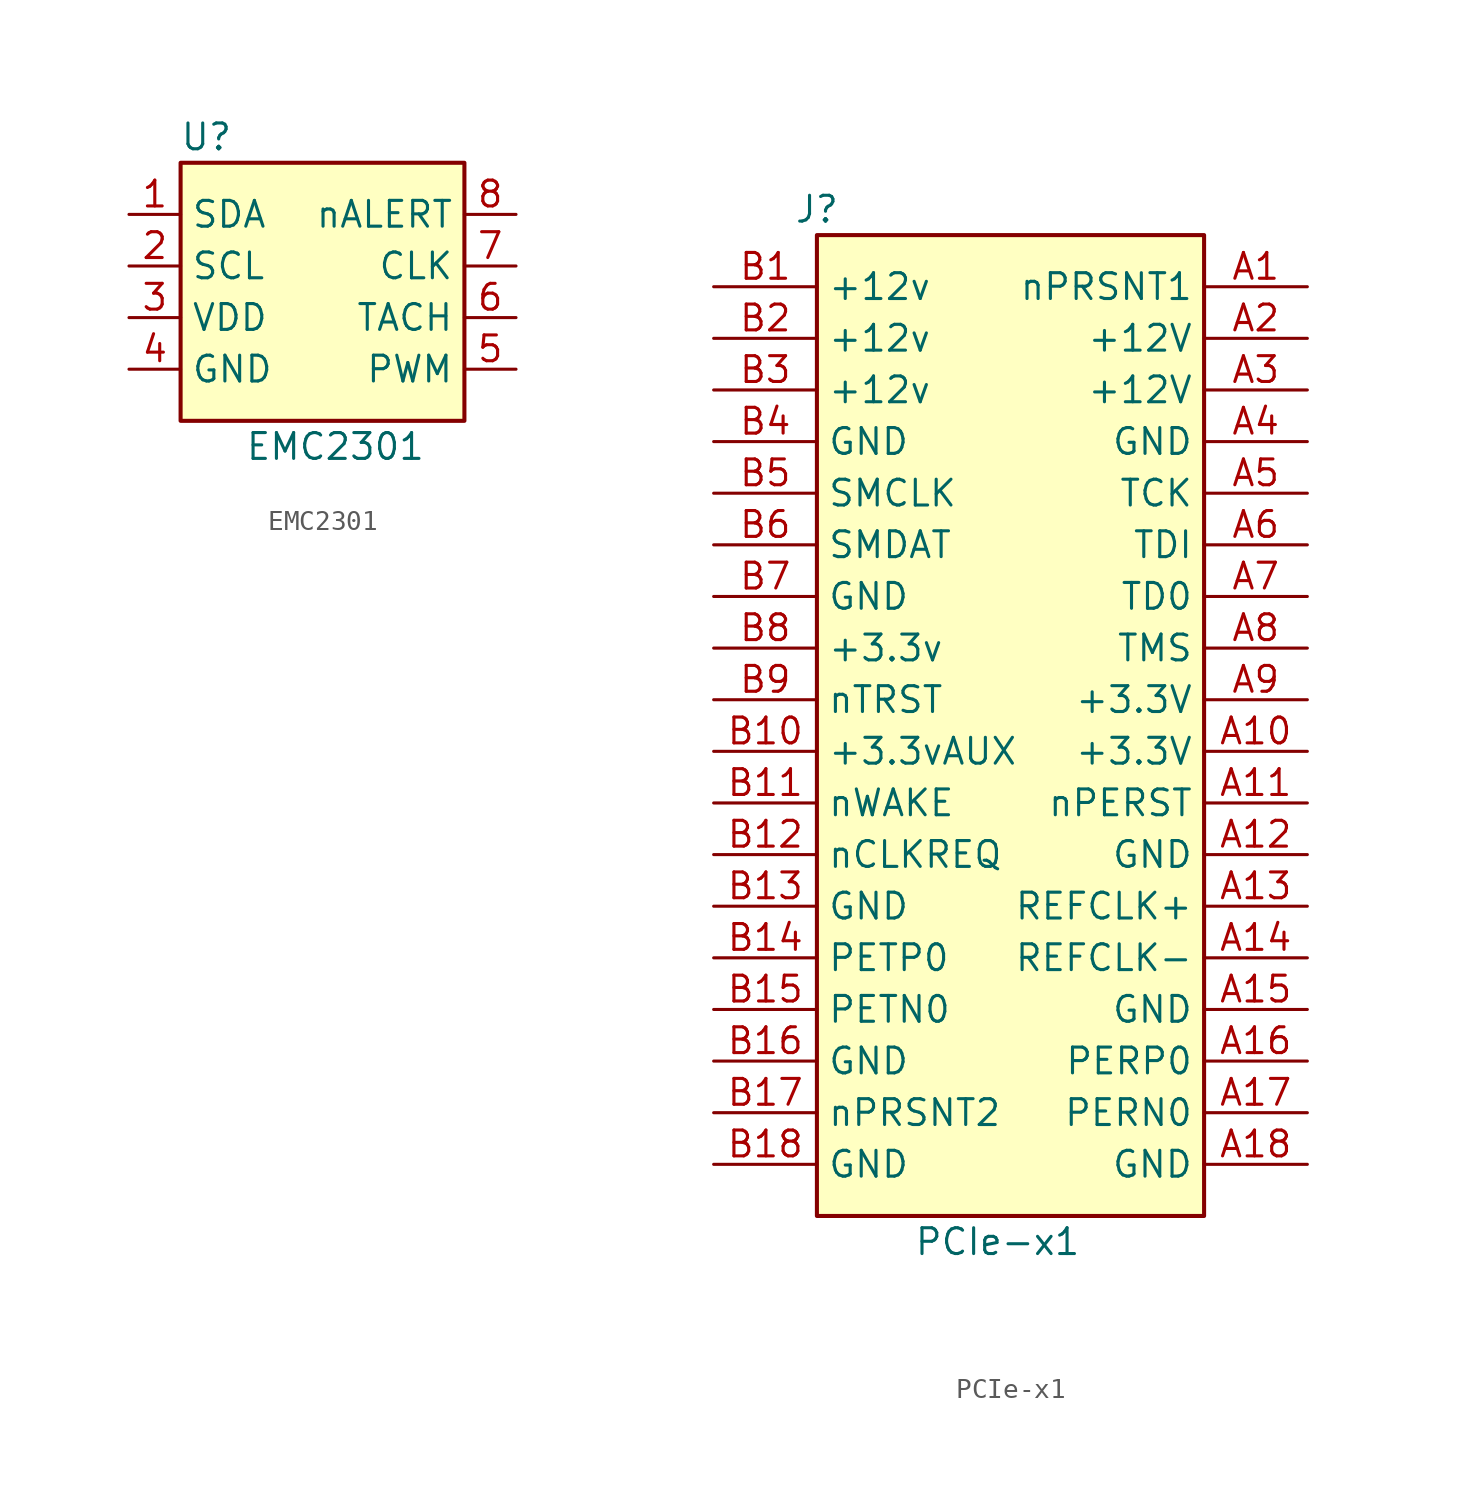
<source format=kicad_sym>
(kicad_symbol_lib
  (version 20210619)
  (generator kicad_symbol_editor)
  (symbol "CM4IO:EMC2301"
    (property "Reference" "U"
      (at -7.62 13.97 0)
      (effects (font (size 1.27 1.27))))
    (property "Value" "EMC2301"
      (at -1.27 -1.27 0)
      (effects (font (size 1.27 1.27))))
    (symbol "EMC2301_0_0"
      (pin open_collector line (at -11.43 10.16 0) (length 2.54) (name "SDA" (effects (font (size 1.27 1.27)))) (number "1" (effects (font (size 1.27 1.27)))))
      (pin open_collector line (at -11.43 7.62 0) (length 2.54) (name "SCL" (effects (font (size 1.27 1.27)))) (number "2" (effects (font (size 1.27 1.27)))))
      (pin power_in line (at -11.43 5.08 0) (length 2.54) (name "VDD" (effects (font (size 1.27 1.27)))) (number "3" (effects (font (size 1.27 1.27)))))
      (pin power_in line (at -11.43 2.54 0) (length 2.54) (name "GND" (effects (font (size 1.27 1.27)))) (number "4" (effects (font (size 1.27 1.27)))))
      (pin output line (at 7.62 2.54 180) (length 2.54) (name "PWM" (effects (font (size 1.27 1.27)))) (number "5" (effects (font (size 1.27 1.27)))))
      (pin input line (at 7.62 5.08 180) (length 2.54) (name "TACH" (effects (font (size 1.27 1.27)))) (number "6" (effects (font (size 1.27 1.27)))))
      (pin input line (at 7.62 7.62 180) (length 2.54) (name "CLK" (effects (font (size 1.27 1.27)))) (number "7" (effects (font (size 1.27 1.27)))))
      (pin open_collector line (at 7.62 10.16 180) (length 2.54) (name "nALERT" (effects (font (size 1.27 1.27)))) (number "8" (effects (font (size 1.27 1.27))))))
    (symbol "EMC2301_0_1"
      (rectangle (start -8.89 12.7) (end 5.08 0) (stroke (width 0.2)) (fill (type background)))))
  (symbol "CM4IO:PCIe-x1"
    (property "Reference" "J"
      (at -13.97 36.83 0)
      (effects (font (size 1.27 1.27))))
    (property "Value" "PCIe-x1"
      (at -5.08 -13.97 0)
      (effects (font (size 1.27 1.27))))
    (symbol "PCIe-x1_0_0"
      (pin passive line (at 10.16 33.02 180) (length 5.08) (name "nPRSNT1" (effects (font (size 1.27 1.27)))) (number "A1" (effects (font (size 1.27 1.27)))))
      (pin power_in line (at 10.16 10.16 180) (length 5.08) (name "+3.3V" (effects (font (size 1.27 1.27)))) (number "A10" (effects (font (size 1.27 1.27)))))
      (pin input line (at 10.16 7.62 180) (length 5.08) (name "nPERST" (effects (font (size 1.27 1.27)))) (number "A11" (effects (font (size 1.27 1.27)))))
      (pin power_in line (at 10.16 5.08 180) (length 5.08) (name "GND" (effects (font (size 1.27 1.27)))) (number "A12" (effects (font (size 1.27 1.27)))))
      (pin input line (at 10.16 2.54 180) (length 5.08) (name "REFCLK+" (effects (font (size 1.27 1.27)))) (number "A13" (effects (font (size 1.27 1.27)))))
      (pin input line (at 10.16 0 180) (length 5.08) (name "REFCLK-" (effects (font (size 1.27 1.27)))) (number "A14" (effects (font (size 1.27 1.27)))))
      (pin power_in line (at 10.16 -2.54 180) (length 5.08) (name "GND" (effects (font (size 1.27 1.27)))) (number "A15" (effects (font (size 1.27 1.27)))))
      (pin output line (at 10.16 -5.08 180) (length 5.08) (name "PERP0" (effects (font (size 1.27 1.27)))) (number "A16" (effects (font (size 1.27 1.27)))))
      (pin output line (at 10.16 -7.62 180) (length 5.08) (name "PERN0" (effects (font (size 1.27 1.27)))) (number "A17" (effects (font (size 1.27 1.27)))))
      (pin power_in line (at 10.16 -10.16 180) (length 5.08) (name "GND" (effects (font (size 1.27 1.27)))) (number "A18" (effects (font (size 1.27 1.27)))))
      (pin power_in line (at 10.16 30.48 180) (length 5.08) (name "+12V" (effects (font (size 1.27 1.27)))) (number "A2" (effects (font (size 1.27 1.27)))))
      (pin power_in line (at 10.16 27.94 180) (length 5.08) (name "+12V" (effects (font (size 1.27 1.27)))) (number "A3" (effects (font (size 1.27 1.27)))))
      (pin power_in line (at 10.16 25.4 180) (length 5.08) (name "GND" (effects (font (size 1.27 1.27)))) (number "A4" (effects (font (size 1.27 1.27)))))
      (pin input line (at 10.16 22.86 180) (length 5.08) (name "TCK" (effects (font (size 1.27 1.27)))) (number "A5" (effects (font (size 1.27 1.27)))))
      (pin input line (at 10.16 20.32 180) (length 5.08) (name "TDI" (effects (font (size 1.27 1.27)))) (number "A6" (effects (font (size 1.27 1.27)))))
      (pin output line (at 10.16 17.78 180) (length 5.08) (name "TD0" (effects (font (size 1.27 1.27)))) (number "A7" (effects (font (size 1.27 1.27)))))
      (pin input line (at 10.16 15.24 180) (length 5.08) (name "TMS" (effects (font (size 1.27 1.27)))) (number "A8" (effects (font (size 1.27 1.27)))))
      (pin power_in line (at 10.16 12.7 180) (length 5.08) (name "+3.3V" (effects (font (size 1.27 1.27)))) (number "A9" (effects (font (size 1.27 1.27)))))
      (pin power_in line (at -19.05 33.02 0) (length 5.08) (name "+12v" (effects (font (size 1.27 1.27)))) (number "B1" (effects (font (size 1.27 1.27)))))
      (pin power_in line (at -19.05 10.16 0) (length 5.08) (name "+3.3vAUX" (effects (font (size 1.27 1.27)))) (number "B10" (effects (font (size 1.27 1.27)))))
      (pin open_collector line (at -19.05 7.62 0) (length 5.08) (name "nWAKE" (effects (font (size 1.27 1.27)))) (number "B11" (effects (font (size 1.27 1.27)))))
      (pin open_collector line (at -19.05 5.08 0) (length 5.08) (name "nCLKREQ" (effects (font (size 1.27 1.27)))) (number "B12" (effects (font (size 1.27 1.27)))))
      (pin power_in line (at -19.05 2.54 0) (length 5.08) (name "GND" (effects (font (size 1.27 1.27)))) (number "B13" (effects (font (size 1.27 1.27)))))
      (pin input line (at -19.05 0 0) (length 5.08) (name "PETP0" (effects (font (size 1.27 1.27)))) (number "B14" (effects (font (size 1.27 1.27)))))
      (pin input line (at -19.05 -2.54 0) (length 5.08) (name "PETN0" (effects (font (size 1.27 1.27)))) (number "B15" (effects (font (size 1.27 1.27)))))
      (pin power_in line (at -19.05 -5.08 0) (length 5.08) (name "GND" (effects (font (size 1.27 1.27)))) (number "B16" (effects (font (size 1.27 1.27)))))
      (pin passive line (at -19.05 -7.62 0) (length 5.08) (name "nPRSNT2" (effects (font (size 1.27 1.27)))) (number "B17" (effects (font (size 1.27 1.27)))))
      (pin power_in line (at -19.05 -10.16 0) (length 5.08) (name "GND" (effects (font (size 1.27 1.27)))) (number "B18" (effects (font (size 1.27 1.27)))))
      (pin power_in line (at -19.05 30.48 0) (length 5.08) (name "+12v" (effects (font (size 1.27 1.27)))) (number "B2" (effects (font (size 1.27 1.27)))))
      (pin power_in line (at -19.05 27.94 0) (length 5.08) (name "+12v" (effects (font (size 1.27 1.27)))) (number "B3" (effects (font (size 1.27 1.27)))))
      (pin power_in line (at -19.05 25.4 0) (length 5.08) (name "GND" (effects (font (size 1.27 1.27)))) (number "B4" (effects (font (size 1.27 1.27)))))
      (pin passive line (at -19.05 22.86 0) (length 5.08) (name "SMCLK" (effects (font (size 1.27 1.27)))) (number "B5" (effects (font (size 1.27 1.27)))))
      (pin passive line (at -19.05 20.32 0) (length 5.08) (name "SMDAT" (effects (font (size 1.27 1.27)))) (number "B6" (effects (font (size 1.27 1.27)))))
      (pin power_in line (at -19.05 17.78 0) (length 5.08) (name "GND" (effects (font (size 1.27 1.27)))) (number "B7" (effects (font (size 1.27 1.27)))))
      (pin power_in line (at -19.05 15.24 0) (length 5.08) (name "+3.3v" (effects (font (size 1.27 1.27)))) (number "B8" (effects (font (size 1.27 1.27)))))
      (pin input line (at -19.05 12.7 0) (length 5.08) (name "nTRST" (effects (font (size 1.27 1.27)))) (number "B9" (effects (font (size 1.27 1.27))))))
    (symbol "PCIe-x1_0_1"
      (rectangle (start -13.97 35.56) (end 5.08 -12.7) (stroke (width 0.2)) (fill (type background))))))
</source>
